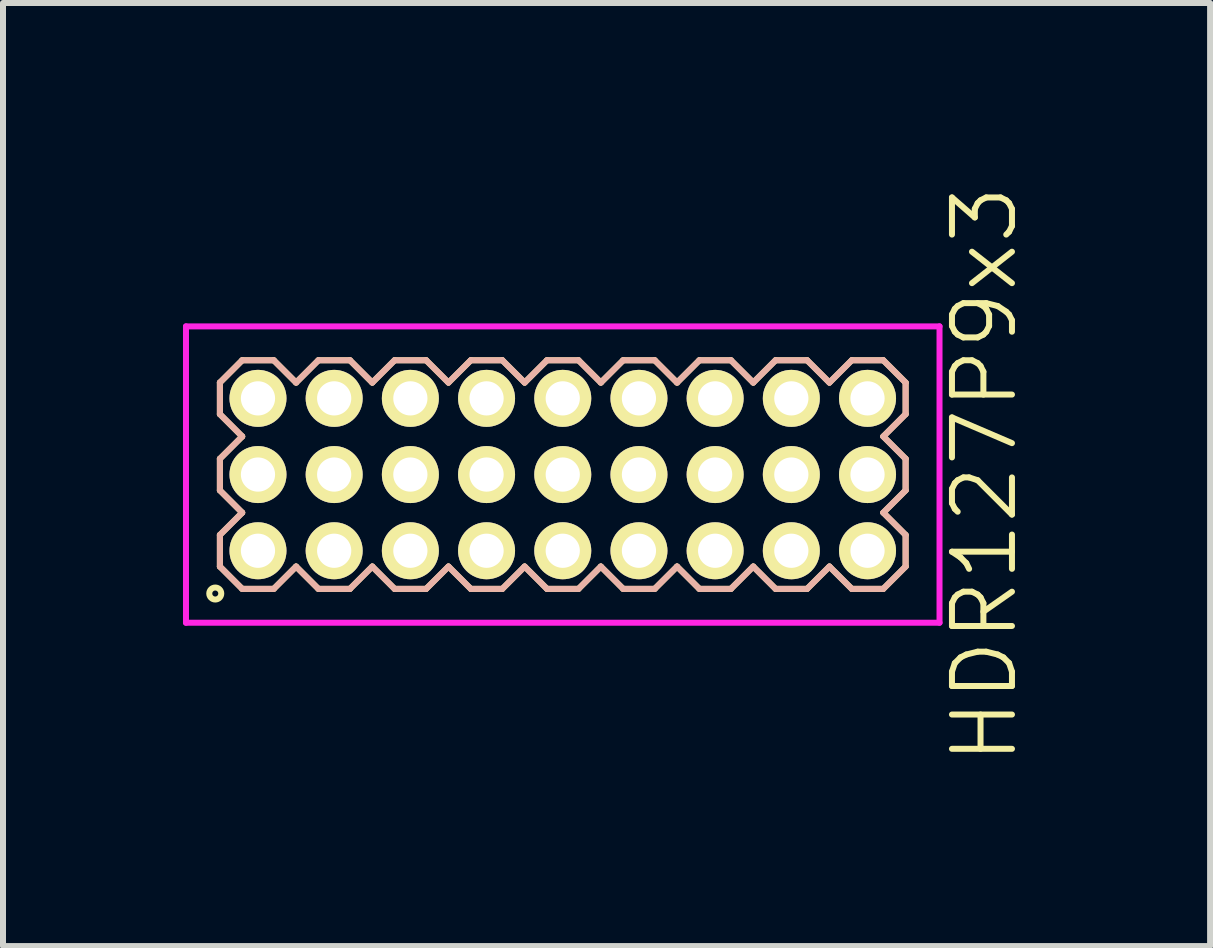
<source format=kicad_pcb>
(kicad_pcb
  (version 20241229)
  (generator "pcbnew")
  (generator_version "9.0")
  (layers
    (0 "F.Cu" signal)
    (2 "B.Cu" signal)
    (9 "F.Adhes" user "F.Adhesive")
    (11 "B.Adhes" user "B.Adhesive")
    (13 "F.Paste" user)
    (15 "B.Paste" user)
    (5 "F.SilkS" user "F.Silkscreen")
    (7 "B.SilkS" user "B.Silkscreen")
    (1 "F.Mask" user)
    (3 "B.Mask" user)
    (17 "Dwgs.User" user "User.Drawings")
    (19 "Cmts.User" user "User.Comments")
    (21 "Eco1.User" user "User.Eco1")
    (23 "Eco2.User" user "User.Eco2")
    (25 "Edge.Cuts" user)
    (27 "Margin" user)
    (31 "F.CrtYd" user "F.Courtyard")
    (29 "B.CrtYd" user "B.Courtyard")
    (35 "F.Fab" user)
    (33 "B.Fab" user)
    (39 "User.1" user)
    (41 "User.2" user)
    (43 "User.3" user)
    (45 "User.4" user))
  (footprint "HDR127P9x3"
    (layer "F.Cu")
    (at 6.33 4.86)
    (property "Reference" "HDR127P9x3" (at 7.03 0 90) (layer "F.SilkS") (effects (font (size 1 1) (thickness 0.1))))
    (attr through_hole)
    (fp_line (start -5.715 -1.533) (end -5.343 -1.905) (stroke (width 0.1) (type solid)) (layer "F.SilkS"))
    (fp_line (start -5.715 -1.007) (end -5.715 -1.533) (stroke (width 0.1) (type solid)) (layer "F.SilkS"))
    (fp_line (start -5.715 -0.263) (end -5.343 -0.635) (stroke (width 0.1) (type solid)) (layer "F.SilkS"))
    (fp_line (start -5.715 0.263) (end -5.715 -0.263) (stroke (width 0.1) (type solid)) (layer "F.SilkS"))
    (fp_line (start -5.715 1.007) (end -5.343 0.635) (stroke (width 0.1) (type solid)) (layer "F.SilkS"))
    (fp_line (start -5.715 1.533) (end -5.715 1.007) (stroke (width 0.1) (type solid)) (layer "F.SilkS"))
    (fp_line (start -5.343 -1.905) (end -4.817 -1.905) (stroke (width 0.1) (type solid)) (layer "F.SilkS"))
    (fp_line (start -5.343 -0.635) (end -5.715 -1.007) (stroke (width 0.1) (type solid)) (layer "F.SilkS"))
    (fp_line (start -5.343 0.635) (end -5.715 0.263) (stroke (width 0.1) (type solid)) (layer "F.SilkS"))
    (fp_line (start -5.343 1.905) (end -5.715 1.533) (stroke (width 0.1) (type solid)) (layer "F.SilkS"))
    (fp_line (start -4.817 -1.905) (end -4.445 -1.533) (stroke (width 0.1) (type solid)) (layer "F.SilkS"))
    (fp_line (start -4.817 1.905) (end -5.343 1.905) (stroke (width 0.1) (type solid)) (layer "F.SilkS"))
    (fp_line (start -4.445 -1.533) (end -4.073 -1.905) (stroke (width 0.1) (type solid)) (layer "F.SilkS"))
    (fp_line (start -4.445 1.533) (end -4.817 1.905) (stroke (width 0.1) (type solid)) (layer "F.SilkS"))
    (fp_line (start -4.073 -1.905) (end -3.547 -1.905) (stroke (width 0.1) (type solid)) (layer "F.SilkS"))
    (fp_line (start -4.073 1.905) (end -4.445 1.533) (stroke (width 0.1) (type solid)) (layer "F.SilkS"))
    (fp_line (start -3.547 -1.905) (end -3.175 -1.533) (stroke (width 0.1) (type solid)) (layer "F.SilkS"))
    (fp_line (start -3.547 1.905) (end -4.073 1.905) (stroke (width 0.1) (type solid)) (layer "F.SilkS"))
    (fp_line (start -3.175 -1.533) (end -2.803 -1.905) (stroke (width 0.1) (type solid)) (layer "F.SilkS"))
    (fp_line (start -3.175 1.533) (end -3.547 1.905) (stroke (width 0.1) (type solid)) (layer "F.SilkS"))
    (fp_line (start -2.803 -1.905) (end -2.277 -1.905) (stroke (width 0.1) (type solid)) (layer "F.SilkS"))
    (fp_line (start -2.803 1.905) (end -3.175 1.533) (stroke (width 0.1) (type solid)) (layer "F.SilkS"))
    (fp_line (start -2.277 -1.905) (end -1.905 -1.533) (stroke (width 0.1) (type solid)) (layer "F.SilkS"))
    (fp_line (start -2.277 1.905) (end -2.803 1.905) (stroke (width 0.1) (type solid)) (layer "F.SilkS"))
    (fp_line (start -1.905 -1.533) (end -1.533 -1.905) (stroke (width 0.1) (type solid)) (layer "F.SilkS"))
    (fp_line (start -1.905 1.533) (end -2.277 1.905) (stroke (width 0.1) (type solid)) (layer "F.SilkS"))
    (fp_line (start -1.533 -1.905) (end -1.007 -1.905) (stroke (width 0.1) (type solid)) (layer "F.SilkS"))
    (fp_line (start -1.533 1.905) (end -1.905 1.533) (stroke (width 0.1) (type solid)) (layer "F.SilkS"))
    (fp_line (start -1.007 -1.905) (end -0.635 -1.533) (stroke (width 0.1) (type solid)) (layer "F.SilkS"))
    (fp_line (start -1.007 1.905) (end -1.533 1.905) (stroke (width 0.1) (type solid)) (layer "F.SilkS"))
    (fp_line (start -0.635 -1.533) (end -0.263 -1.905) (stroke (width 0.1) (type solid)) (layer "F.SilkS"))
    (fp_line (start -0.635 1.533) (end -1.007 1.905) (stroke (width 0.1) (type solid)) (layer "F.SilkS"))
    (fp_line (start -0.263 -1.905) (end 0.263 -1.905) (stroke (width 0.1) (type solid)) (layer "F.SilkS"))
    (fp_line (start -0.263 1.905) (end -0.635 1.533) (stroke (width 0.1) (type solid)) (layer "F.SilkS"))
    (fp_line (start 0.263 -1.905) (end 0.635 -1.533) (stroke (width 0.1) (type solid)) (layer "F.SilkS"))
    (fp_line (start 0.263 1.905) (end -0.263 1.905) (stroke (width 0.1) (type solid)) (layer "F.SilkS"))
    (fp_line (start 0.635 -1.533) (end 1.007 -1.905) (stroke (width 0.1) (type solid)) (layer "F.SilkS"))
    (fp_line (start 0.635 1.533) (end 0.263 1.905) (stroke (width 0.1) (type solid)) (layer "F.SilkS"))
    (fp_line (start 1.007 -1.905) (end 1.533 -1.905) (stroke (width 0.1) (type solid)) (layer "F.SilkS"))
    (fp_line (start 1.007 1.905) (end 0.635 1.533) (stroke (width 0.1) (type solid)) (layer "F.SilkS"))
    (fp_line (start 1.533 -1.905) (end 1.905 -1.533) (stroke (width 0.1) (type solid)) (layer "F.SilkS"))
    (fp_line (start 1.533 1.905) (end 1.007 1.905) (stroke (width 0.1) (type solid)) (layer "F.SilkS"))
    (fp_line (start 1.905 -1.533) (end 2.277 -1.905) (stroke (width 0.1) (type solid)) (layer "F.SilkS"))
    (fp_line (start 1.905 1.533) (end 1.533 1.905) (stroke (width 0.1) (type solid)) (layer "F.SilkS"))
    (fp_line (start 2.277 -1.905) (end 2.803 -1.905) (stroke (width 0.1) (type solid)) (layer "F.SilkS"))
    (fp_line (start 2.277 1.905) (end 1.905 1.533) (stroke (width 0.1) (type solid)) (layer "F.SilkS"))
    (fp_line (start 2.803 -1.905) (end 3.175 -1.533) (stroke (width 0.1) (type solid)) (layer "F.SilkS"))
    (fp_line (start 2.803 1.905) (end 2.277 1.905) (stroke (width 0.1) (type solid)) (layer "F.SilkS"))
    (fp_line (start 3.175 -1.533) (end 3.547 -1.905) (stroke (width 0.1) (type solid)) (layer "F.SilkS"))
    (fp_line (start 3.175 1.533) (end 2.803 1.905) (stroke (width 0.1) (type solid)) (layer "F.SilkS"))
    (fp_line (start 3.547 -1.905) (end 4.073 -1.905) (stroke (width 0.1) (type solid)) (layer "F.SilkS"))
    (fp_line (start 3.547 1.905) (end 3.175 1.533) (stroke (width 0.1) (type solid)) (layer "F.SilkS"))
    (fp_line (start 4.073 -1.905) (end 4.445 -1.533) (stroke (width 0.1) (type solid)) (layer "F.SilkS"))
    (fp_line (start 4.073 1.905) (end 3.547 1.905) (stroke (width 0.1) (type solid)) (layer "F.SilkS"))
    (fp_line (start 4.445 -1.533) (end 4.817 -1.905) (stroke (width 0.1) (type solid)) (layer "F.SilkS"))
    (fp_line (start 4.445 1.533) (end 4.073 1.905) (stroke (width 0.1) (type solid)) (layer "F.SilkS"))
    (fp_line (start 4.817 -1.905) (end 5.343 -1.905) (stroke (width 0.1) (type solid)) (layer "F.SilkS"))
    (fp_line (start 4.817 1.905) (end 4.445 1.533) (stroke (width 0.1) (type solid)) (layer "F.SilkS"))
    (fp_line (start 5.343 -1.905) (end 5.715 -1.533) (stroke (width 0.1) (type solid)) (layer "F.SilkS"))
    (fp_line (start 5.343 -0.635) (end 5.715 -0.263) (stroke (width 0.1) (type solid)) (layer "F.SilkS"))
    (fp_line (start 5.343 0.635) (end 5.715 1.007) (stroke (width 0.1) (type solid)) (layer "F.SilkS"))
    (fp_line (start 5.343 1.905) (end 4.817 1.905) (stroke (width 0.1) (type solid)) (layer "F.SilkS"))
    (fp_line (start 5.715 -1.533) (end 5.715 -1.007) (stroke (width 0.1) (type solid)) (layer "F.SilkS"))
    (fp_line (start 5.715 -1.007) (end 5.343 -0.635) (stroke (width 0.1) (type solid)) (layer "F.SilkS"))
    (fp_line (start 5.715 -0.263) (end 5.715 0.263) (stroke (width 0.1) (type solid)) (layer "F.SilkS"))
    (fp_line (start 5.715 0.263) (end 5.343 0.635) (stroke (width 0.1) (type solid)) (layer "F.SilkS"))
    (fp_line (start 5.715 1.007) (end 5.715 1.533) (stroke (width 0.1) (type solid)) (layer "F.SilkS"))
    (fp_line (start 5.715 1.533) (end 5.343 1.905) (stroke (width 0.1) (type solid)) (layer "F.SilkS"))
    (fp_circle (center -5.792 1.983) (end -5.692 1.983) (stroke (width 0.1) (type solid)) (fill no) (layer "F.SilkS"))
    (fp_line (start -5.715 -1.533) (end -5.343 -1.905) (stroke (width 0.1) (type solid)) (layer "B.SilkS"))
    (fp_line (start -5.715 -1.007) (end -5.715 -1.533) (stroke (width 0.1) (type solid)) (layer "B.SilkS"))
    (fp_line (start -5.715 -0.263) (end -5.343 -0.635) (stroke (width 0.1) (type solid)) (layer "B.SilkS"))
    (fp_line (start -5.715 0.263) (end -5.715 -0.263) (stroke (width 0.1) (type solid)) (layer "B.SilkS"))
    (fp_line (start -5.715 1.007) (end -5.343 0.635) (stroke (width 0.1) (type solid)) (layer "B.SilkS"))
    (fp_line (start -5.715 1.533) (end -5.715 1.007) (stroke (width 0.1) (type solid)) (layer "B.SilkS"))
    (fp_line (start -5.343 -1.905) (end -4.817 -1.905) (stroke (width 0.1) (type solid)) (layer "B.SilkS"))
    (fp_line (start -5.343 -0.635) (end -5.715 -1.007) (stroke (width 0.1) (type solid)) (layer "B.SilkS"))
    (fp_line (start -5.343 0.635) (end -5.715 0.263) (stroke (width 0.1) (type solid)) (layer "B.SilkS"))
    (fp_line (start -5.343 1.905) (end -5.715 1.533) (stroke (width 0.1) (type solid)) (layer "B.SilkS"))
    (fp_line (start -4.817 -1.905) (end -4.445 -1.533) (stroke (width 0.1) (type solid)) (layer "B.SilkS"))
    (fp_line (start -4.817 1.905) (end -5.343 1.905) (stroke (width 0.1) (type solid)) (layer "B.SilkS"))
    (fp_line (start -4.445 -1.533) (end -4.073 -1.905) (stroke (width 0.1) (type solid)) (layer "B.SilkS"))
    (fp_line (start -4.445 1.533) (end -4.817 1.905) (stroke (width 0.1) (type solid)) (layer "B.SilkS"))
    (fp_line (start -4.073 -1.905) (end -3.547 -1.905) (stroke (width 0.1) (type solid)) (layer "B.SilkS"))
    (fp_line (start -4.073 1.905) (end -4.445 1.533) (stroke (width 0.1) (type solid)) (layer "B.SilkS"))
    (fp_line (start -3.547 -1.905) (end -3.175 -1.533) (stroke (width 0.1) (type solid)) (layer "B.SilkS"))
    (fp_line (start -3.547 1.905) (end -4.073 1.905) (stroke (width 0.1) (type solid)) (layer "B.SilkS"))
    (fp_line (start -3.175 -1.533) (end -2.803 -1.905) (stroke (width 0.1) (type solid)) (layer "B.SilkS"))
    (fp_line (start -3.175 1.533) (end -3.547 1.905) (stroke (width 0.1) (type solid)) (layer "B.SilkS"))
    (fp_line (start -2.803 -1.905) (end -2.277 -1.905) (stroke (width 0.1) (type solid)) (layer "B.SilkS"))
    (fp_line (start -2.803 1.905) (end -3.175 1.533) (stroke (width 0.1) (type solid)) (layer "B.SilkS"))
    (fp_line (start -2.277 -1.905) (end -1.905 -1.533) (stroke (width 0.1) (type solid)) (layer "B.SilkS"))
    (fp_line (start -2.277 1.905) (end -2.803 1.905) (stroke (width 0.1) (type solid)) (layer "B.SilkS"))
    (fp_line (start -1.905 -1.533) (end -1.533 -1.905) (stroke (width 0.1) (type solid)) (layer "B.SilkS"))
    (fp_line (start -1.905 1.533) (end -2.277 1.905) (stroke (width 0.1) (type solid)) (layer "B.SilkS"))
    (fp_line (start -1.533 -1.905) (end -1.007 -1.905) (stroke (width 0.1) (type solid)) (layer "B.SilkS"))
    (fp_line (start -1.533 1.905) (end -1.905 1.533) (stroke (width 0.1) (type solid)) (layer "B.SilkS"))
    (fp_line (start -1.007 -1.905) (end -0.635 -1.533) (stroke (width 0.1) (type solid)) (layer "B.SilkS"))
    (fp_line (start -1.007 1.905) (end -1.533 1.905) (stroke (width 0.1) (type solid)) (layer "B.SilkS"))
    (fp_line (start -0.635 -1.533) (end -0.263 -1.905) (stroke (width 0.1) (type solid)) (layer "B.SilkS"))
    (fp_line (start -0.635 1.533) (end -1.007 1.905) (stroke (width 0.1) (type solid)) (layer "B.SilkS"))
    (fp_line (start -0.263 -1.905) (end 0.263 -1.905) (stroke (width 0.1) (type solid)) (layer "B.SilkS"))
    (fp_line (start -0.263 1.905) (end -0.635 1.533) (stroke (width 0.1) (type solid)) (layer "B.SilkS"))
    (fp_line (start 0.263 -1.905) (end 0.635 -1.533) (stroke (width 0.1) (type solid)) (layer "B.SilkS"))
    (fp_line (start 0.263 1.905) (end -0.263 1.905) (stroke (width 0.1) (type solid)) (layer "B.SilkS"))
    (fp_line (start 0.635 -1.533) (end 1.007 -1.905) (stroke (width 0.1) (type solid)) (layer "B.SilkS"))
    (fp_line (start 0.635 1.533) (end 0.263 1.905) (stroke (width 0.1) (type solid)) (layer "B.SilkS"))
    (fp_line (start 1.007 -1.905) (end 1.533 -1.905) (stroke (width 0.1) (type solid)) (layer "B.SilkS"))
    (fp_line (start 1.007 1.905) (end 0.635 1.533) (stroke (width 0.1) (type solid)) (layer "B.SilkS"))
    (fp_line (start 1.533 -1.905) (end 1.905 -1.533) (stroke (width 0.1) (type solid)) (layer "B.SilkS"))
    (fp_line (start 1.533 1.905) (end 1.007 1.905) (stroke (width 0.1) (type solid)) (layer "B.SilkS"))
    (fp_line (start 1.905 -1.533) (end 2.277 -1.905) (stroke (width 0.1) (type solid)) (layer "B.SilkS"))
    (fp_line (start 1.905 1.533) (end 1.533 1.905) (stroke (width 0.1) (type solid)) (layer "B.SilkS"))
    (fp_line (start 2.277 -1.905) (end 2.803 -1.905) (stroke (width 0.1) (type solid)) (layer "B.SilkS"))
    (fp_line (start 2.277 1.905) (end 1.905 1.533) (stroke (width 0.1) (type solid)) (layer "B.SilkS"))
    (fp_line (start 2.803 -1.905) (end 3.175 -1.533) (stroke (width 0.1) (type solid)) (layer "B.SilkS"))
    (fp_line (start 2.803 1.905) (end 2.277 1.905) (stroke (width 0.1) (type solid)) (layer "B.SilkS"))
    (fp_line (start 3.175 -1.533) (end 3.547 -1.905) (stroke (width 0.1) (type solid)) (layer "B.SilkS"))
    (fp_line (start 3.175 1.533) (end 2.803 1.905) (stroke (width 0.1) (type solid)) (layer "B.SilkS"))
    (fp_line (start 3.547 -1.905) (end 4.073 -1.905) (stroke (width 0.1) (type solid)) (layer "B.SilkS"))
    (fp_line (start 3.547 1.905) (end 3.175 1.533) (stroke (width 0.1) (type solid)) (layer "B.SilkS"))
    (fp_line (start 4.073 -1.905) (end 4.445 -1.533) (stroke (width 0.1) (type solid)) (layer "B.SilkS"))
    (fp_line (start 4.073 1.905) (end 3.547 1.905) (stroke (width 0.1) (type solid)) (layer "B.SilkS"))
    (fp_line (start 4.445 -1.533) (end 4.817 -1.905) (stroke (width 0.1) (type solid)) (layer "B.SilkS"))
    (fp_line (start 4.445 1.533) (end 4.073 1.905) (stroke (width 0.1) (type solid)) (layer "B.SilkS"))
    (fp_line (start 4.817 -1.905) (end 5.343 -1.905) (stroke (width 0.1) (type solid)) (layer "B.SilkS"))
    (fp_line (start 4.817 1.905) (end 4.445 1.533) (stroke (width 0.1) (type solid)) (layer "B.SilkS"))
    (fp_line (start 5.343 -1.905) (end 5.715 -1.533) (stroke (width 0.1) (type solid)) (layer "B.SilkS"))
    (fp_line (start 5.343 -0.635) (end 5.715 -0.263) (stroke (width 0.1) (type solid)) (layer "B.SilkS"))
    (fp_line (start 5.343 0.635) (end 5.715 1.007) (stroke (width 0.1) (type solid)) (layer "B.SilkS"))
    (fp_line (start 5.343 1.905) (end 4.817 1.905) (stroke (width 0.1) (type solid)) (layer "B.SilkS"))
    (fp_line (start 5.715 -1.533) (end 5.715 -1.007) (stroke (width 0.1) (type solid)) (layer "B.SilkS"))
    (fp_line (start 5.715 -1.007) (end 5.343 -0.635) (stroke (width 0.1) (type solid)) (layer "B.SilkS"))
    (fp_line (start 5.715 -0.263) (end 5.715 0.263) (stroke (width 0.1) (type solid)) (layer "B.SilkS"))
    (fp_line (start 5.715 0.263) (end 5.343 0.635) (stroke (width 0.1) (type solid)) (layer "B.SilkS"))
    (fp_line (start 5.715 1.007) (end 5.715 1.533) (stroke (width 0.1) (type solid)) (layer "B.SilkS"))
    (fp_line (start 5.715 1.533) (end 5.343 1.905) (stroke (width 0.1) (type solid)) (layer "B.SilkS"))
    (fp_line (start -6.28 -2.47) (end -6.28 2.47) (stroke (width 0.1) (type solid)) (layer "F.CrtYd"))
    (fp_line (start -6.28 2.47) (end 6.28 2.47) (stroke (width 0.1) (type solid)) (layer "F.CrtYd"))
    (fp_line (start 6.28 -2.47) (end -6.28 -2.47) (stroke (width 0.1) (type solid)) (layer "F.CrtYd"))
    (fp_line (start 6.28 2.47) (end 6.28 -2.47) (stroke (width 0.1) (type solid)) (layer "F.CrtYd"))
    (pad "1" thru_hole oval (at -5.08 1.27) (size 0.95 0.95) (drill 0.57) (layers "*.Cu" "*.Mask" "F.SilkS"))
    (pad "2" thru_hole oval (at -5.08 0) (size 0.95 0.95) (drill 0.57) (layers "*.Cu" "*.Mask" "F.SilkS"))
    (pad "3" thru_hole oval (at -5.08 -1.27) (size 0.95 0.95) (drill 0.57) (layers "*.Cu" "*.Mask" "F.SilkS"))
    (pad "4" thru_hole oval (at -3.81 1.27) (size 0.95 0.95) (drill 0.57) (layers "*.Cu" "*.Mask" "F.SilkS"))
    (pad "5" thru_hole oval (at -3.81 0) (size 0.95 0.95) (drill 0.57) (layers "*.Cu" "*.Mask" "F.SilkS"))
    (pad "6" thru_hole oval (at -3.81 -1.27) (size 0.95 0.95) (drill 0.57) (layers "*.Cu" "*.Mask" "F.SilkS"))
    (pad "7" thru_hole oval (at -2.54 1.27) (size 0.95 0.95) (drill 0.57) (layers "*.Cu" "*.Mask" "F.SilkS"))
    (pad "8" thru_hole oval (at -2.54 0) (size 0.95 0.95) (drill 0.57) (layers "*.Cu" "*.Mask" "F.SilkS"))
    (pad "9" thru_hole oval (at -2.54 -1.27) (size 0.95 0.95) (drill 0.57) (layers "*.Cu" "*.Mask" "F.SilkS"))
    (pad "10" thru_hole oval (at -1.27 1.27) (size 0.95 0.95) (drill 0.57) (layers "*.Cu" "*.Mask" "F.SilkS"))
    (pad "11" thru_hole oval (at -1.27 0) (size 0.95 0.95) (drill 0.57) (layers "*.Cu" "*.Mask" "F.SilkS"))
    (pad "12" thru_hole oval (at -1.27 -1.27) (size 0.95 0.95) (drill 0.57) (layers "*.Cu" "*.Mask" "F.SilkS"))
    (pad "13" thru_hole oval (at 0 1.27) (size 0.95 0.95) (drill 0.57) (layers "*.Cu" "*.Mask" "F.SilkS"))
    (pad "14" thru_hole oval (at 0 0) (size 0.95 0.95) (drill 0.57) (layers "*.Cu" "*.Mask" "F.SilkS"))
    (pad "15" thru_hole oval (at 0 -1.27) (size 0.95 0.95) (drill 0.57) (layers "*.Cu" "*.Mask" "F.SilkS"))
    (pad "16" thru_hole oval (at 1.27 1.27) (size 0.95 0.95) (drill 0.57) (layers "*.Cu" "*.Mask" "F.SilkS"))
    (pad "17" thru_hole oval (at 1.27 0) (size 0.95 0.95) (drill 0.57) (layers "*.Cu" "*.Mask" "F.SilkS"))
    (pad "18" thru_hole oval (at 1.27 -1.27) (size 0.95 0.95) (drill 0.57) (layers "*.Cu" "*.Mask" "F.SilkS"))
    (pad "19" thru_hole oval (at 2.54 1.27) (size 0.95 0.95) (drill 0.57) (layers "*.Cu" "*.Mask" "F.SilkS"))
    (pad "20" thru_hole oval (at 2.54 0) (size 0.95 0.95) (drill 0.57) (layers "*.Cu" "*.Mask" "F.SilkS"))
    (pad "21" thru_hole oval (at 2.54 -1.27) (size 0.95 0.95) (drill 0.57) (layers "*.Cu" "*.Mask" "F.SilkS"))
    (pad "22" thru_hole oval (at 3.81 1.27) (size 0.95 0.95) (drill 0.57) (layers "*.Cu" "*.Mask" "F.SilkS"))
    (pad "23" thru_hole oval (at 3.81 0) (size 0.95 0.95) (drill 0.57) (layers "*.Cu" "*.Mask" "F.SilkS"))
    (pad "24" thru_hole oval (at 3.81 -1.27) (size 0.95 0.95) (drill 0.57) (layers "*.Cu" "*.Mask" "F.SilkS"))
    (pad "25" thru_hole oval (at 5.08 1.27) (size 0.95 0.95) (drill 0.57) (layers "*.Cu" "*.Mask" "F.SilkS"))
    (pad "26" thru_hole oval (at 5.08 0) (size 0.95 0.95) (drill 0.57) (layers "*.Cu" "*.Mask" "F.SilkS"))
    (pad "27" thru_hole oval (at 5.08 -1.27) (size 0.95 0.95) (drill 0.57) (layers "*.Cu" "*.Mask" "F.SilkS")))
  (gr_rect
    (start -3 -3)
    (end 17.12 12.719)
    (stroke (width 0.1) (type default))
    (fill no)
    (layer "Edge.Cuts")))
</source>
